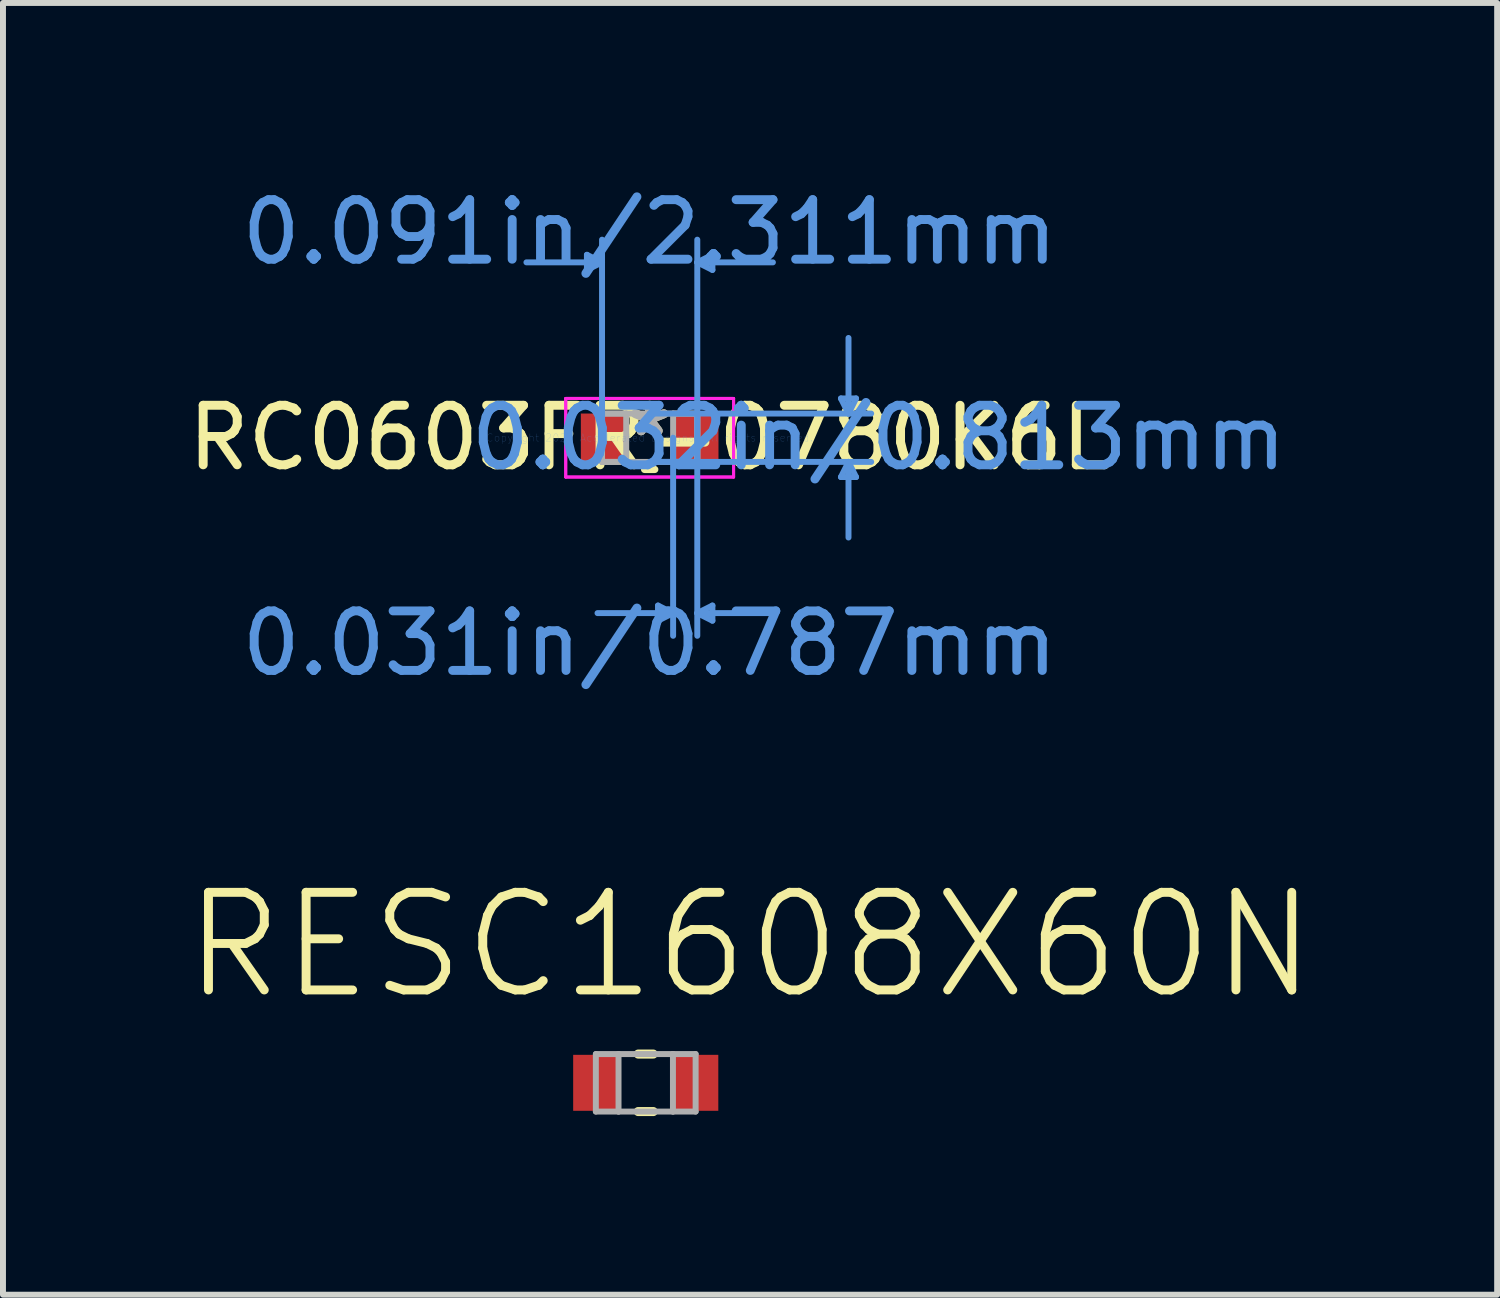
<source format=kicad_pcb>
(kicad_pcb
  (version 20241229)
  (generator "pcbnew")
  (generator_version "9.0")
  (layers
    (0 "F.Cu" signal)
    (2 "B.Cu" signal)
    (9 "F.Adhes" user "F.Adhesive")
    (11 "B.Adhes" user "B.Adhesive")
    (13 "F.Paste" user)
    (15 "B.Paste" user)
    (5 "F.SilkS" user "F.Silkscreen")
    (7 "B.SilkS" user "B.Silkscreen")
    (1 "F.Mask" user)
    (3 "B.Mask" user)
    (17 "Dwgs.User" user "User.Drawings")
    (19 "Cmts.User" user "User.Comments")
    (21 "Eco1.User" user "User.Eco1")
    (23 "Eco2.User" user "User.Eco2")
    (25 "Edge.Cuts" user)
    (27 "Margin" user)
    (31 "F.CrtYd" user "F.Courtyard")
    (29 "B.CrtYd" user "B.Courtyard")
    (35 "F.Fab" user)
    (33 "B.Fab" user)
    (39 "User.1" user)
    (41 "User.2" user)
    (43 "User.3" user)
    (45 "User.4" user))
  (footprint "RESC1608X60N"
    (layer "F.Cu")
    (at 7.797 15.139)
    (property "Reference" "RESC1608X60N" (at 1.753 -2.311 0) (layer "F.SilkS") (effects (font (size 1.64 1.64) (thickness 0.15))))
    (attr through_hole)
    (fp_line (start -0.127 0.483) (end 0.127 0.483) (stroke (width 0.152) (type solid)) (layer "F.SilkS"))
    (fp_line (start 0.127 -0.483) (end -0.127 -0.483) (stroke (width 0.152) (type solid)) (layer "F.SilkS"))
    (fp_line (start -0.838 -0.483) (end -0.838 0.483) (stroke (width 0.1) (type solid)) (layer "F.Fab"))
    (fp_line (start -0.838 0.483) (end -0.457 0.483) (stroke (width 0.1) (type solid)) (layer "F.Fab"))
    (fp_line (start -0.457 -0.483) (end -0.838 -0.483) (stroke (width 0.1) (type solid)) (layer "F.Fab"))
    (fp_line (start -0.457 0.483) (end -0.457 -0.483) (stroke (width 0.1) (type solid)) (layer "F.Fab"))
    (fp_line (start -0.457 0.483) (end 0.457 0.483) (stroke (width 0.1) (type solid)) (layer "F.Fab"))
    (fp_line (start 0.457 -0.483) (end -0.457 -0.483) (stroke (width 0.1) (type solid)) (layer "F.Fab"))
    (fp_line (start 0.457 -0.483) (end 0.457 0.483) (stroke (width 0.1) (type solid)) (layer "F.Fab"))
    (fp_line (start 0.457 0.483) (end 0.838 0.483) (stroke (width 0.1) (type solid)) (layer "F.Fab"))
    (fp_line (start 0.838 -0.483) (end 0.457 -0.483) (stroke (width 0.1) (type solid)) (layer "F.Fab"))
    (fp_line (start 0.838 0.483) (end 0.838 -0.483) (stroke (width 0.1) (type solid)) (layer "F.Fab"))
    (pad "1" smd rect (at -0.838 0) (size 0.762 0.94) (layers "F.Cu" "F.Mask" "F.Paste"))
    (pad "2" smd rect (at 0.838 0) (size 0.762 0.94) (layers "F.Cu" "F.Mask" "F.Paste")))
  (footprint "RC0603FR-0780K6L"
    (layer "F.Cu")
    (at 7.863 4.303)
    (property "Reference" "RC0603FR-0780K6L" (at 0 0 0) (layer "F.SilkS") (effects (font (size 1 1) (thickness 0.15))))
    (attr through_hole)
    (fp_line (start -0.086 0.533) (end 0.086 0.533) (stroke (width 0.12) (type solid)) (layer "F.SilkS"))
    (fp_line (start 0.086 -0.533) (end -0.086 -0.533) (stroke (width 0.12) (type solid)) (layer "F.SilkS"))
    (fp_line (start -1.054 -3.073) (end -1.054 -2.819) (stroke (width 0.1) (type solid)) (layer "Cmts.User"))
    (fp_line (start -0.8 -2.946) (end -2.07 -2.946) (stroke (width 0.1) (type solid)) (layer "Cmts.User"))
    (fp_line (start -0.8 -2.946) (end -1.054 -3.073) (stroke (width 0.1) (type solid)) (layer "Cmts.User"))
    (fp_line (start -0.8 -2.946) (end -1.054 -2.819) (stroke (width 0.1) (type solid)) (layer "Cmts.User"))
    (fp_line (start -0.8 0) (end -0.8 -3.327) (stroke (width 0.1) (type solid)) (layer "Cmts.User"))
    (fp_line (start 0 -0.406) (end 3.721 -0.406) (stroke (width 0.1) (type solid)) (layer "Cmts.User"))
    (fp_line (start 0 0.406) (end 3.721 0.406) (stroke (width 0.1) (type solid)) (layer "Cmts.User"))
    (fp_line (start 0.14 2.819) (end 0.14 3.073) (stroke (width 0.1) (type solid)) (layer "Cmts.User"))
    (fp_line (start 0.394 0) (end 0.394 3.327) (stroke (width 0.1) (type solid)) (layer "Cmts.User"))
    (fp_line (start 0.394 2.946) (end -0.876 2.946) (stroke (width 0.1) (type solid)) (layer "Cmts.User"))
    (fp_line (start 0.394 2.946) (end 0.14 2.819) (stroke (width 0.1) (type solid)) (layer "Cmts.User"))
    (fp_line (start 0.394 2.946) (end 0.14 3.073) (stroke (width 0.1) (type solid)) (layer "Cmts.User"))
    (fp_line (start 0.8 -2.946) (end 1.054 -3.073) (stroke (width 0.1) (type solid)) (layer "Cmts.User"))
    (fp_line (start 0.8 -2.946) (end 1.054 -2.819) (stroke (width 0.1) (type solid)) (layer "Cmts.User"))
    (fp_line (start 0.8 -2.946) (end 2.07 -2.946) (stroke (width 0.1) (type solid)) (layer "Cmts.User"))
    (fp_line (start 0.8 0) (end 0.8 -3.327) (stroke (width 0.1) (type solid)) (layer "Cmts.User"))
    (fp_line (start 0.8 0) (end 0.8 3.327) (stroke (width 0.1) (type solid)) (layer "Cmts.User"))
    (fp_line (start 0.8 2.946) (end 1.054 2.819) (stroke (width 0.1) (type solid)) (layer "Cmts.User"))
    (fp_line (start 0.8 2.946) (end 1.054 3.073) (stroke (width 0.1) (type solid)) (layer "Cmts.User"))
    (fp_line (start 0.8 2.946) (end 2.07 2.946) (stroke (width 0.1) (type solid)) (layer "Cmts.User"))
    (fp_line (start 1.054 -3.073) (end 1.054 -2.819) (stroke (width 0.1) (type solid)) (layer "Cmts.User"))
    (fp_line (start 1.054 2.819) (end 1.054 3.073) (stroke (width 0.1) (type solid)) (layer "Cmts.User"))
    (fp_line (start 3.213 -0.66) (end 3.467 -0.66) (stroke (width 0.1) (type solid)) (layer "Cmts.User"))
    (fp_line (start 3.213 0.66) (end 3.467 0.66) (stroke (width 0.1) (type solid)) (layer "Cmts.User"))
    (fp_line (start 3.34 -0.406) (end 3.213 -0.66) (stroke (width 0.1) (type solid)) (layer "Cmts.User"))
    (fp_line (start 3.34 -0.406) (end 3.34 -1.676) (stroke (width 0.1) (type solid)) (layer "Cmts.User"))
    (fp_line (start 3.34 -0.406) (end 3.467 -0.66) (stroke (width 0.1) (type solid)) (layer "Cmts.User"))
    (fp_line (start 3.34 0.406) (end 3.213 0.66) (stroke (width 0.1) (type solid)) (layer "Cmts.User"))
    (fp_line (start 3.34 0.406) (end 3.34 1.676) (stroke (width 0.1) (type solid)) (layer "Cmts.User"))
    (fp_line (start 3.34 0.406) (end 3.467 0.66) (stroke (width 0.1) (type solid)) (layer "Cmts.User"))
    (fp_line (start -1.41 -0.66) (end 1.41 -0.66) (stroke (width 0.05) (type solid)) (layer "F.CrtYd"))
    (fp_line (start -1.41 -0.66) (end 1.41 -0.66) (stroke (width 0.05) (type solid)) (layer "F.CrtYd"))
    (fp_line (start -1.41 0.66) (end -1.41 -0.66) (stroke (width 0.05) (type solid)) (layer "F.CrtYd"))
    (fp_line (start -1.41 0.66) (end -1.41 -0.66) (stroke (width 0.05) (type solid)) (layer "F.CrtYd"))
    (fp_line (start 1.41 -0.66) (end 1.41 0.66) (stroke (width 0.05) (type solid)) (layer "F.CrtYd"))
    (fp_line (start 1.41 -0.66) (end 1.41 0.66) (stroke (width 0.05) (type solid)) (layer "F.CrtYd"))
    (fp_line (start 1.41 0.66) (end -1.41 0.66) (stroke (width 0.05) (type solid)) (layer "F.CrtYd"))
    (fp_line (start 1.41 0.66) (end -1.41 0.66) (stroke (width 0.05) (type solid)) (layer "F.CrtYd"))
    (fp_line (start -0.8 -0.406) (end -0.8 0.406) (stroke (width 0.1) (type solid)) (layer "F.Fab"))
    (fp_line (start -0.8 -0.406) (end -0.8 0.406) (stroke (width 0.1) (type solid)) (layer "F.Fab"))
    (fp_line (start -0.8 0.406) (end -0.394 0.406) (stroke (width 0.1) (type solid)) (layer "F.Fab"))
    (fp_line (start -0.8 0.406) (end 0.8 0.406) (stroke (width 0.1) (type solid)) (layer "F.Fab"))
    (fp_line (start -0.394 -0.406) (end -0.8 -0.406) (stroke (width 0.1) (type solid)) (layer "F.Fab"))
    (fp_line (start -0.394 0.406) (end -0.394 -0.406) (stroke (width 0.1) (type solid)) (layer "F.Fab"))
    (fp_line (start 0.394 -0.406) (end 0.394 0.406) (stroke (width 0.1) (type solid)) (layer "F.Fab"))
    (fp_line (start 0.394 0.406) (end 0.8 0.406) (stroke (width 0.1) (type solid)) (layer "F.Fab"))
    (fp_line (start 0.8 -0.406) (end -0.8 -0.406) (stroke (width 0.1) (type solid)) (layer "F.Fab"))
    (fp_line (start 0.8 -0.406) (end 0.394 -0.406) (stroke (width 0.1) (type solid)) (layer "F.Fab"))
    (fp_line (start 0.8 0.406) (end 0.8 -0.406) (stroke (width 0.1) (type solid)) (layer "F.Fab"))
    (fp_line (start 0.8 0.406) (end 0.8 -0.406) (stroke (width 0.1) (type solid)) (layer "F.Fab"))
    (fp_text user "*" (at 0 0 0) (layer "F.SilkS") (effects (font (size 1 1) (thickness 0.15))))
    (fp_text user "0.091in/2.311mm" (at 0 -3.454 0) (layer "Cmts.User") (effects (font (size 1 1) (thickness 0.15))))
    (fp_text user "Copyright 2021 Accelerated Designs. All rights reserved." (at 0 0 0) (layer "Cmts.User") (effects (font (size 0.127 0.127) (thickness 0.002))))
    (fp_text user "0.031in/0.787mm" (at 0 3.454 0) (layer "Cmts.User") (effects (font (size 1 1) (thickness 0.15))))
    (fp_text user "0.032in/0.813mm" (at 3.848 0 0) (layer "Cmts.User") (effects (font (size 1 1) (thickness 0.15))))
    (fp_text user "*" (at 0 0 0) (layer "F.Fab") (effects (font (size 1 1) (thickness 0.15))))
    (pad "1" smd rect (at -0.775 0) (size 0.762 0.813) (layers "F.Cu" "F.Mask" "F.Paste"))
    (pad "2" smd rect (at 0.775 0) (size 0.762 0.813) (layers "F.Cu" "F.Mask" "F.Paste")))
  (gr_rect
    (start -3 -3)
    (end 22.099 18.698)
    (stroke (width 0.1) (type default))
    (fill no)
    (layer "Edge.Cuts")))
</source>
